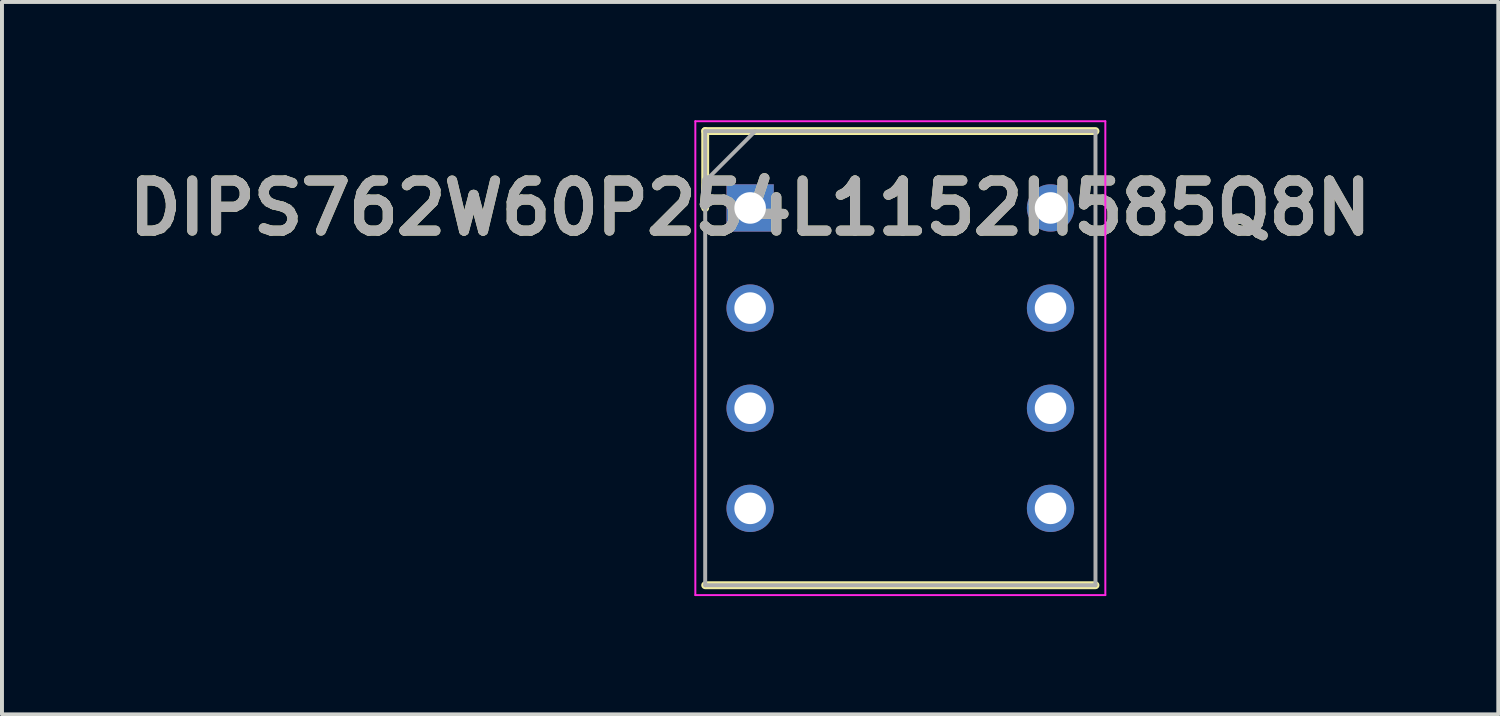
<source format=kicad_pcb>
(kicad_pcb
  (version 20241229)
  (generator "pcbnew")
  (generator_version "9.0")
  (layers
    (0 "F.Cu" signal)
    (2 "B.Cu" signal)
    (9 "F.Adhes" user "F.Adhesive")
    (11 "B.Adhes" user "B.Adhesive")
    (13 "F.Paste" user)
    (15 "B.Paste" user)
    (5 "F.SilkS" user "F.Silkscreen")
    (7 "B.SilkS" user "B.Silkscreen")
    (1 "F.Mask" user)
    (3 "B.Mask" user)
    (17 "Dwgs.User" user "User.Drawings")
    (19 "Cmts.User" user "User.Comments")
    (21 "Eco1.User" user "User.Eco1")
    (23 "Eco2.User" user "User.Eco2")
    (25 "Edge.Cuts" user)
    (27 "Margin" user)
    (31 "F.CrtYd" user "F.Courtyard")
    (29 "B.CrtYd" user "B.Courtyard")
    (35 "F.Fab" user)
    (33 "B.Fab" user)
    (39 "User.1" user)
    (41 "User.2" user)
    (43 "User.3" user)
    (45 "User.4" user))
  (footprint "DIPS762W60P254L1152H585Q8N"
    (layer "F.Cu")
    (at 15.978 2.225)
    (property "Reference" "DIPS762W60P254L1152H585Q8N" (at 0 0 0) (layer "F.SilkS") (effects (font (size 1.27 1.27) (thickness 0.254))))
    (attr through_hole)
    (fp_line (start -1.14 -1.95) (end -1.14 0) (stroke (width 0.2) (type solid)) (layer "F.SilkS"))
    (fp_line (start -1.14 9.57) (end 8.76 9.57) (stroke (width 0.2) (type solid)) (layer "F.SilkS"))
    (fp_line (start 8.76 -1.95) (end -1.14 -1.95) (stroke (width 0.2) (type solid)) (layer "F.SilkS"))
    (fp_line (start -1.39 -2.2) (end 9.01 -2.2) (stroke (width 0.05) (type solid)) (layer "F.CrtYd"))
    (fp_line (start -1.39 9.82) (end -1.39 -2.2) (stroke (width 0.05) (type solid)) (layer "F.CrtYd"))
    (fp_line (start 9.01 -2.2) (end 9.01 9.82) (stroke (width 0.05) (type solid)) (layer "F.CrtYd"))
    (fp_line (start 9.01 9.82) (end -1.39 9.82) (stroke (width 0.05) (type solid)) (layer "F.CrtYd"))
    (fp_line (start -1.14 -1.95) (end 8.76 -1.95) (stroke (width 0.1) (type solid)) (layer "F.Fab"))
    (fp_line (start -1.14 -0.68) (end 0.13 -1.95) (stroke (width 0.1) (type solid)) (layer "F.Fab"))
    (fp_line (start -1.14 9.57) (end -1.14 -1.95) (stroke (width 0.1) (type solid)) (layer "F.Fab"))
    (fp_line (start 8.76 -1.95) (end 8.76 9.57) (stroke (width 0.1) (type solid)) (layer "F.Fab"))
    (fp_line (start 8.76 9.57) (end -1.14 9.57) (stroke (width 0.1) (type solid)) (layer "F.Fab"))
    (fp_text user "${REFERENCE}" (at 0 0 0) (layer "F.Fab") (effects (font (size 1.27 1.27) (thickness 0.254))))
    (pad "1" thru_hole rect (at 0 0) (size 1.2 1.2) (drill 0.8) (layers "*.Cu" "*.Mask"))
    (pad "2" thru_hole circle (at 0 2.54) (size 1.2 1.2) (drill 0.8) (layers "*.Cu" "*.Mask"))
    (pad "3" thru_hole circle (at 0 5.08) (size 1.2 1.2) (drill 0.8) (layers "*.Cu" "*.Mask"))
    (pad "4" thru_hole circle (at 0 7.62) (size 1.2 1.2) (drill 0.8) (layers "*.Cu" "*.Mask"))
    (pad "5" thru_hole circle (at 7.62 7.62) (size 1.2 1.2) (drill 0.8) (layers "*.Cu" "*.Mask"))
    (pad "6" thru_hole circle (at 7.62 5.08) (size 1.2 1.2) (drill 0.8) (layers "*.Cu" "*.Mask"))
    (pad "7" thru_hole circle (at 7.62 2.54) (size 1.2 1.2) (drill 0.8) (layers "*.Cu" "*.Mask"))
    (pad "8" thru_hole circle (at 7.62 0) (size 1.2 1.2) (drill 0.8) (layers "*.Cu" "*.Mask")))
  (gr_rect
    (start -3 -3)
    (end 34.956 15.07)
    (stroke (width 0.1) (type default))
    (fill no)
    (layer "Edge.Cuts")))
</source>
